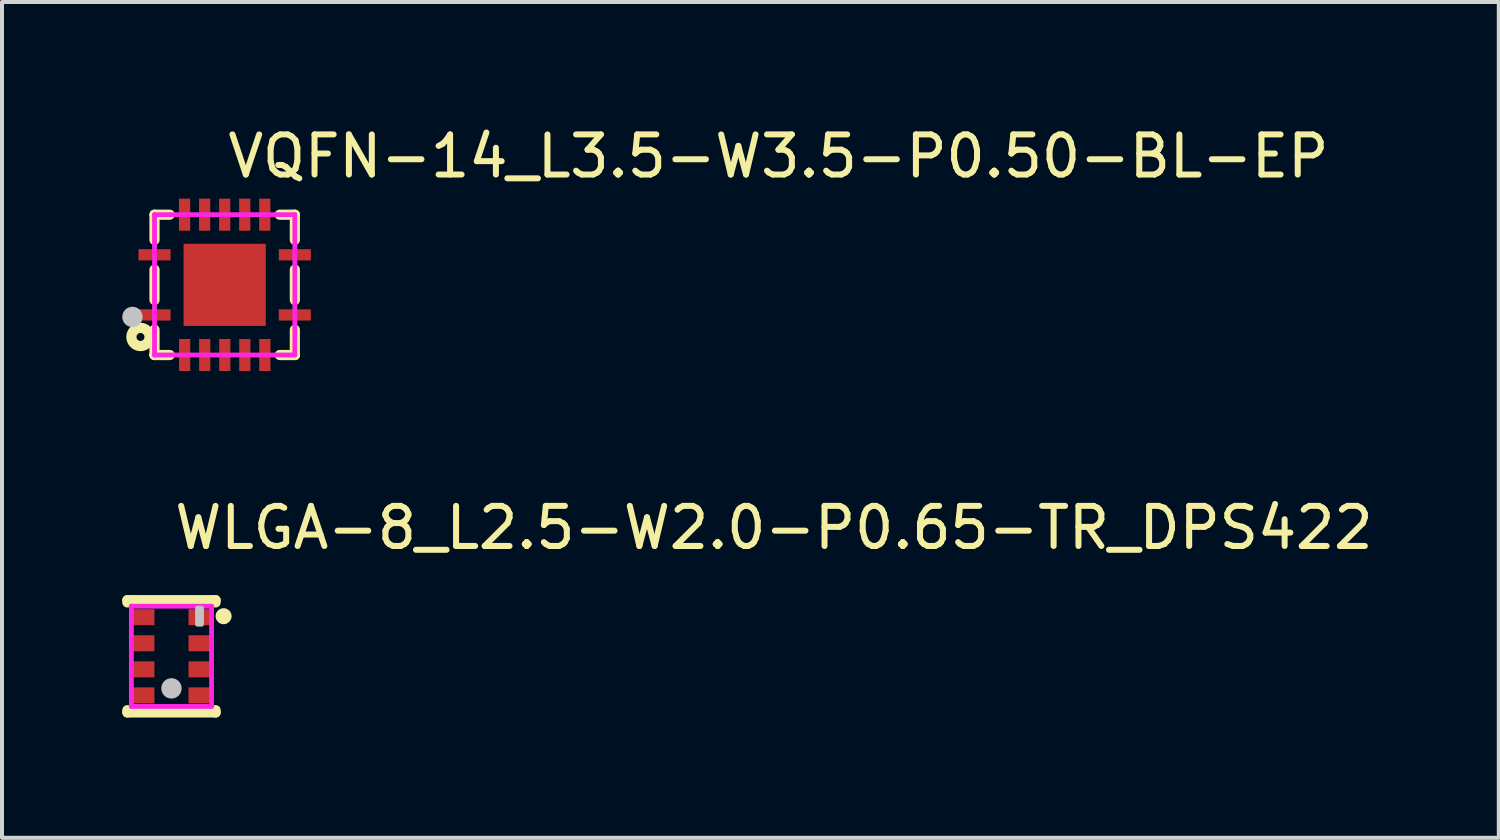
<source format=kicad_pcb>
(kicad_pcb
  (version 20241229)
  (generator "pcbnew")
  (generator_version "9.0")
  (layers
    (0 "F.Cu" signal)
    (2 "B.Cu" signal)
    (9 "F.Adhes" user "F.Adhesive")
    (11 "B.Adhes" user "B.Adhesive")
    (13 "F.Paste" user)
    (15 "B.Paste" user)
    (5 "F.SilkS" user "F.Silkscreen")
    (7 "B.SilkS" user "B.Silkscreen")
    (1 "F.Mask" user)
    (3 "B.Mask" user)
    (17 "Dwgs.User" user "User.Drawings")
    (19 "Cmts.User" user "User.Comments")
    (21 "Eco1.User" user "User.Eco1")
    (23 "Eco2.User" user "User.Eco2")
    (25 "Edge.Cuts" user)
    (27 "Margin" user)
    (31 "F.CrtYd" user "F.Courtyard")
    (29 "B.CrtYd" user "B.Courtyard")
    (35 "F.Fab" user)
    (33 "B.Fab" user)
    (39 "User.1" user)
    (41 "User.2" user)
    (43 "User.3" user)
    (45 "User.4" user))
  (footprint "WLGA-8_L2.5-W2.0-P0.65-TR_DPS422"
    (layer "F.Cu")
    (at 1.227 13.32)
    (property "Reference" "WLGA-8_L2.5-W2.0-P0.65-TR_DPS422" (at 0 -3.207 0) (layer "F.SilkS") (effects (font (size 1 1) (thickness 0.15)) (justify left)))
    (attr through_hole)
    (fp_line (start -1.1 -1.4) (end -1.1 -1.344) (stroke (width 0.254) (type solid)) (layer "F.SilkS"))
    (fp_line (start -1.1 -1.4) (end 1.1 -1.4) (stroke (width 0.254) (type solid)) (layer "F.SilkS"))
    (fp_line (start -1.1 1.344) (end -1.1 1.4) (stroke (width 0.254) (type solid)) (layer "F.SilkS"))
    (fp_line (start -1.1 1.4) (end 1.1 1.4) (stroke (width 0.254) (type solid)) (layer "F.SilkS"))
    (fp_line (start 1.1 -1.4) (end 1.1 -1.344) (stroke (width 0.254) (type solid)) (layer "F.SilkS"))
    (fp_line (start 1.1 1.344) (end 1.1 1.4) (stroke (width 0.254) (type solid)) (layer "F.SilkS"))
    (fp_circle (center 1.3 -1) (end 1.4 -1) (stroke (width 0.2) (type solid)) (fill no) (layer "F.SilkS"))
    (fp_circle (center 0 0.8) (end 0.127 0.8) (stroke (width 0.254) (type solid)) (fill no) (layer "Dwgs.User"))
    (fp_poly (pts (xy 0.65 -1.2) (xy 0.65 -0.8) (xy 0.75 -0.8) (xy 0.75 -1.2)) (stroke (width 0.12) (type solid)) (fill no) (layer "Dwgs.User"))
    (fp_circle (center 1 -1.25) (end 1.03 -1.25) (stroke (width 0.06) (type solid)) (fill no) (layer "Eco2.User"))
    (fp_poly (pts (xy -0.9 -1.125) (xy -0.55 -1.125) (xy -0.55 -0.825) (xy -0.9 -0.825)) (stroke (width 0.12) (type solid)) (fill no) (layer "Eco2.User"))
    (fp_poly (pts (xy -0.9 -0.475) (xy -0.55 -0.475) (xy -0.55 -0.175) (xy -0.9 -0.175)) (stroke (width 0.12) (type solid)) (fill no) (layer "Eco2.User"))
    (fp_poly (pts (xy -0.9 0.175) (xy -0.55 0.175) (xy -0.55 0.475) (xy -0.9 0.475)) (stroke (width 0.12) (type solid)) (fill no) (layer "Eco2.User"))
    (fp_poly (pts (xy -0.9 0.825) (xy -0.55 0.825) (xy -0.55 1.125) (xy -0.9 1.125)) (stroke (width 0.12) (type solid)) (fill no) (layer "Eco2.User"))
    (fp_poly (pts (xy 0.55 -1.125) (xy 0.9 -1.125) (xy 0.9 -0.825) (xy 0.55 -0.825)) (stroke (width 0.12) (type solid)) (fill no) (layer "Eco2.User"))
    (fp_poly (pts (xy 0.55 -0.475) (xy 0.9 -0.475) (xy 0.9 -0.175) (xy 0.55 -0.175)) (stroke (width 0.12) (type solid)) (fill no) (layer "Eco2.User"))
    (fp_poly (pts (xy 0.55 0.175) (xy 0.9 0.175) (xy 0.9 0.475) (xy 0.55 0.475)) (stroke (width 0.12) (type solid)) (fill no) (layer "Eco2.User"))
    (fp_poly (pts (xy 0.55 0.825) (xy 0.9 0.825) (xy 0.9 1.125) (xy 0.55 1.125)) (stroke (width 0.12) (type solid)) (fill no) (layer "Eco2.User"))
    (fp_line (start -1 -1.25) (end 1 -1.25) (stroke (width 0.12) (type solid)) (layer "F.CrtYd"))
    (fp_line (start -1 1.25) (end -1 -1.25) (stroke (width 0.12) (type solid)) (layer "F.CrtYd"))
    (fp_line (start 1 -1.25) (end 1 1.25) (stroke (width 0.12) (type solid)) (layer "F.CrtYd"))
    (fp_line (start 1 1.25) (end -1 1.25) (stroke (width 0.12) (type solid)) (layer "F.CrtYd"))
    (pad "1" smd rect (at 0.725 -0.975) (size 0.6 0.4) (layers "F.Cu" "F.Mask" "F.Paste"))
    (pad "2" smd rect (at 0.725 -0.325) (size 0.6 0.4) (layers "F.Cu" "F.Mask" "F.Paste"))
    (pad "3" smd rect (at 0.725 0.325) (size 0.6 0.4) (layers "F.Cu" "F.Mask" "F.Paste"))
    (pad "4" smd rect (at 0.725 0.975) (size 0.6 0.4) (layers "F.Cu" "F.Mask" "F.Paste"))
    (pad "5" smd rect (at -0.725 0.975) (size 0.6 0.4) (layers "F.Cu" "F.Mask" "F.Paste"))
    (pad "6" smd rect (at -0.725 0.325) (size 0.6 0.4) (layers "F.Cu" "F.Mask" "F.Paste"))
    (pad "7" smd rect (at -0.725 -0.325) (size 0.6 0.4) (layers "F.Cu" "F.Mask" "F.Paste"))
    (pad "8" smd rect (at -0.725 -0.975) (size 0.6 0.4) (layers "F.Cu" "F.Mask" "F.Paste")))
  (footprint "VQFN-14_L3.5-W3.5-P0.50-BL-EP"
    (layer "F.Cu")
    (at 2.554 4.055)
    (property "Reference" "VQFN-14_L3.5-W3.5-P0.50-BL-EP" (at 0 -3.207 0) (layer "F.SilkS") (effects (font (size 1 1) (thickness 0.15)) (justify left)))
    (attr through_hole)
    (fp_line (start -1.75 -1.75) (end -1.75 -1.121) (stroke (width 0.254) (type solid)) (layer "F.SilkS"))
    (fp_line (start -1.75 -0.379) (end -1.75 0.377) (stroke (width 0.254) (type solid)) (layer "F.SilkS"))
    (fp_line (start -1.75 1.119) (end -1.75 1.75) (stroke (width 0.254) (type solid)) (layer "F.SilkS"))
    (fp_line (start -1.75 1.75) (end -1.75 1.75) (stroke (width 0.254) (type solid)) (layer "F.SilkS"))
    (fp_line (start -1.75 1.75) (end -1.37 1.75) (stroke (width 0.254) (type solid)) (layer "F.SilkS"))
    (fp_line (start -1.371 -1.75) (end -1.75 -1.75) (stroke (width 0.254) (type solid)) (layer "F.SilkS"))
    (fp_line (start 1.373 1.75) (end 1.75 1.75) (stroke (width 0.254) (type solid)) (layer "F.SilkS"))
    (fp_line (start 1.75 -1.75) (end 1.371 -1.75) (stroke (width 0.254) (type solid)) (layer "F.SilkS"))
    (fp_line (start 1.75 -1.121) (end 1.75 -1.75) (stroke (width 0.254) (type solid)) (layer "F.SilkS"))
    (fp_line (start 1.75 0.379) (end 1.75 -0.379) (stroke (width 0.254) (type solid)) (layer "F.SilkS"))
    (fp_line (start 1.75 1.75) (end 1.75 1.121) (stroke (width 0.254) (type solid)) (layer "F.SilkS"))
    (fp_line (start 1.75 1.75) (end 1.75 1.75) (stroke (width 0.254) (type solid)) (layer "F.SilkS"))
    (fp_circle (center -2.1 1.3) (end -2 1.3) (stroke (width 0.254) (type solid)) (fill no) (layer "F.SilkS"))
    (fp_poly (pts (xy -2.15 -0.61) (xy -2.15 -0.89) (xy -1.35 -0.89) (xy -1.35 -0.61)) (stroke (width 0.12) (type solid)) (fill yes) (layer "F.Paste"))
    (fp_poly (pts (xy -1.35 0.61) (xy -1.35 0.89) (xy -2.15 0.89) (xy -2.15 0.61)) (stroke (width 0.12) (type solid)) (fill yes) (layer "F.Paste"))
    (fp_poly (pts (xy -1.14 -2.15) (xy -0.86 -2.15) (xy -0.86 -1.35) (xy -1.14 -1.35)) (stroke (width 0.12) (type solid)) (fill yes) (layer "F.Paste"))
    (fp_poly (pts (xy -0.858 2.15) (xy -1.138 2.15) (xy -1.138 1.35) (xy -0.858 1.35)) (stroke (width 0.12) (type solid)) (fill yes) (layer "F.Paste"))
    (fp_poly (pts (xy -0.64 -2.15) (xy -0.36 -2.15) (xy -0.36 -1.35) (xy -0.64 -1.35)) (stroke (width 0.12) (type solid)) (fill yes) (layer "F.Paste"))
    (fp_poly (pts (xy -0.358 2.15) (xy -0.638 2.15) (xy -0.638 1.35) (xy -0.358 1.35)) (stroke (width 0.12) (type solid)) (fill yes) (layer "F.Paste"))
    (fp_poly (pts (xy -0.14 -2.15) (xy 0.14 -2.15) (xy 0.14 -1.35) (xy -0.14 -1.35)) (stroke (width 0.12) (type solid)) (fill yes) (layer "F.Paste"))
    (fp_poly (pts (xy 0.142 2.15) (xy -0.138 2.15) (xy -0.138 1.35) (xy 0.142 1.35)) (stroke (width 0.12) (type solid)) (fill yes) (layer "F.Paste"))
    (fp_poly (pts (xy 0.36 -2.15) (xy 0.64 -2.15) (xy 0.64 -1.35) (xy 0.36 -1.35)) (stroke (width 0.12) (type solid)) (fill yes) (layer "F.Paste"))
    (fp_poly (pts (xy 0.642 2.15) (xy 0.362 2.15) (xy 0.362 1.35) (xy 0.642 1.35)) (stroke (width 0.12) (type solid)) (fill yes) (layer "F.Paste"))
    (fp_poly (pts (xy 0.82 0.82) (xy -0.82 0.82) (xy -0.82 -0.82) (xy 0.82 -0.82)) (stroke (width 0.12) (type solid)) (fill yes) (layer "F.Paste"))
    (fp_poly (pts (xy 0.86 -2.15) (xy 1.14 -2.15) (xy 1.14 -1.35) (xy 0.86 -1.35)) (stroke (width 0.12) (type solid)) (fill yes) (layer "F.Paste"))
    (fp_poly (pts (xy 1.142 2.15) (xy 0.862 2.15) (xy 0.862 1.35) (xy 1.142 1.35)) (stroke (width 0.12) (type solid)) (fill yes) (layer "F.Paste"))
    (fp_poly (pts (xy 2.15 -0.89) (xy 2.15 -0.61) (xy 1.35 -0.61) (xy 1.35 -0.89)) (stroke (width 0.12) (type solid)) (fill yes) (layer "F.Paste"))
    (fp_poly (pts (xy 2.15 0.61) (xy 2.15 0.89) (xy 1.35 0.89) (xy 1.35 0.61)) (stroke (width 0.12) (type solid)) (fill yes) (layer "F.Paste"))
    (fp_circle (center -2.3 0.8) (end -2.173 0.8) (stroke (width 0.254) (type solid)) (fill no) (layer "Dwgs.User"))
    (fp_circle (center -1.747 1.751) (end -1.717 1.751) (stroke (width 0.06) (type solid)) (fill no) (layer "Eco2.User"))
    (fp_poly (pts (xy -1.75 0.888) (xy -1.75 0.608) (xy -1.35 0.608) (xy -1.35 0.888)) (stroke (width 0.12) (type solid)) (fill no) (layer "Eco2.User"))
    (fp_poly (pts (xy -1.35 -0.89) (xy -1.35 -0.61) (xy -1.75 -0.61) (xy -1.75 -0.89)) (stroke (width 0.12) (type solid)) (fill no) (layer "Eco2.User"))
    (fp_poly (pts (xy -1.14 -1.75) (xy -0.86 -1.75) (xy -0.86 -1.35) (xy -1.14 -1.35)) (stroke (width 0.12) (type solid)) (fill no) (layer "Eco2.User"))
    (fp_poly (pts (xy -1.025 -1.025) (xy 1.025 -1.025) (xy 1.025 1.025) (xy -1.025 1.025)) (stroke (width 0.12) (type solid)) (fill no) (layer "Eco2.User"))
    (fp_poly (pts (xy -0.858 1.75) (xy -1.138 1.75) (xy -1.138 1.35) (xy -0.858 1.35)) (stroke (width 0.12) (type solid)) (fill no) (layer "Eco2.User"))
    (fp_poly (pts (xy -0.64 -1.75) (xy -0.36 -1.75) (xy -0.36 -1.35) (xy -0.64 -1.35)) (stroke (width 0.12) (type solid)) (fill no) (layer "Eco2.User"))
    (fp_poly (pts (xy -0.358 1.75) (xy -0.638 1.75) (xy -0.638 1.35) (xy -0.358 1.35)) (stroke (width 0.12) (type solid)) (fill no) (layer "Eco2.User"))
    (fp_poly (pts (xy -0.14 -1.75) (xy 0.14 -1.75) (xy 0.14 -1.35) (xy -0.14 -1.35)) (stroke (width 0.12) (type solid)) (fill no) (layer "Eco2.User"))
    (fp_poly (pts (xy 0.142 1.75) (xy -0.138 1.75) (xy -0.138 1.35) (xy 0.142 1.35)) (stroke (width 0.12) (type solid)) (fill no) (layer "Eco2.User"))
    (fp_poly (pts (xy 0.36 -1.75) (xy 0.64 -1.75) (xy 0.64 -1.35) (xy 0.36 -1.35)) (stroke (width 0.12) (type solid)) (fill no) (layer "Eco2.User"))
    (fp_poly (pts (xy 0.642 1.75) (xy 0.362 1.75) (xy 0.362 1.35) (xy 0.642 1.35)) (stroke (width 0.12) (type solid)) (fill no) (layer "Eco2.User"))
    (fp_poly (pts (xy 0.86 -1.75) (xy 1.14 -1.75) (xy 1.14 -1.35) (xy 0.86 -1.35)) (stroke (width 0.12) (type solid)) (fill no) (layer "Eco2.User"))
    (fp_poly (pts (xy 1.142 1.75) (xy 0.862 1.75) (xy 0.862 1.35) (xy 1.142 1.35)) (stroke (width 0.12) (type solid)) (fill no) (layer "Eco2.User"))
    (fp_poly (pts (xy 1.35 -0.61) (xy 1.35 -0.89) (xy 1.75 -0.89) (xy 1.75 -0.61)) (stroke (width 0.12) (type solid)) (fill no) (layer "Eco2.User"))
    (fp_poly (pts (xy 1.35 0.89) (xy 1.35 0.61) (xy 1.75 0.61) (xy 1.75 0.89)) (stroke (width 0.12) (type solid)) (fill no) (layer "Eco2.User"))
    (fp_line (start -1.75 -1.75) (end 1.75 -1.75) (stroke (width 0.12) (type solid)) (layer "F.CrtYd"))
    (fp_line (start -1.75 1.75) (end -1.75 -1.75) (stroke (width 0.12) (type solid)) (layer "F.CrtYd"))
    (fp_line (start 1.75 -1.75) (end 1.75 1.75) (stroke (width 0.12) (type solid)) (layer "F.CrtYd"))
    (fp_line (start 1.75 1.75) (end -1.75 1.75) (stroke (width 0.12) (type solid)) (layer "F.CrtYd"))
    (pad "1" smd rect (at -1.75 0.75 270) (size 0.28 0.8) (layers "F.Cu" "F.Mask" "F.Paste"))
    (pad "2" smd rect (at -0.998 1.75 180) (size 0.28 0.8) (layers "F.Cu" "F.Mask" "F.Paste"))
    (pad "3" smd rect (at -0.498 1.75 180) (size 0.28 0.8) (layers "F.Cu" "F.Mask" "F.Paste"))
    (pad "4" smd rect (at 0.002 1.75 180) (size 0.28 0.8) (layers "F.Cu" "F.Mask" "F.Paste"))
    (pad "5" smd rect (at 0.502 1.75 180) (size 0.28 0.8) (layers "F.Cu" "F.Mask" "F.Paste"))
    (pad "6" smd rect (at 1.002 1.75 180) (size 0.28 0.8) (layers "F.Cu" "F.Mask" "F.Paste"))
    (pad "7" smd rect (at 1.75 0.75 270) (size 0.28 0.8) (layers "F.Cu" "F.Mask" "F.Paste"))
    (pad "8" smd rect (at 1.75 -0.75 270) (size 0.28 0.8) (layers "F.Cu" "F.Mask" "F.Paste"))
    (pad "9" smd rect (at 1 -1.75) (size 0.28 0.8) (layers "F.Cu" "F.Mask" "F.Paste"))
    (pad "10" smd rect (at 0.5 -1.75) (size 0.28 0.8) (layers "F.Cu" "F.Mask" "F.Paste"))
    (pad "11" smd rect (at 0 -1.75) (size 0.28 0.8) (layers "F.Cu" "F.Mask" "F.Paste"))
    (pad "12" smd rect (at -0.5 -1.75) (size 0.28 0.8) (layers "F.Cu" "F.Mask" "F.Paste"))
    (pad "13" smd rect (at -1 -1.75) (size 0.28 0.8) (layers "F.Cu" "F.Mask" "F.Paste"))
    (pad "14" smd rect (at -1.75 -0.75 90) (size 0.28 0.8) (layers "F.Cu" "F.Mask" "F.Paste"))
    (pad "15" smd rect (at 0 0 180) (size 2.05 2.05) (layers "F.Cu" "F.Mask" "F.Paste")))
  (gr_rect
    (start -3 -3)
    (end 34.334 17.848)
    (stroke (width 0.1) (type default))
    (fill no)
    (layer "Edge.Cuts")))
</source>
